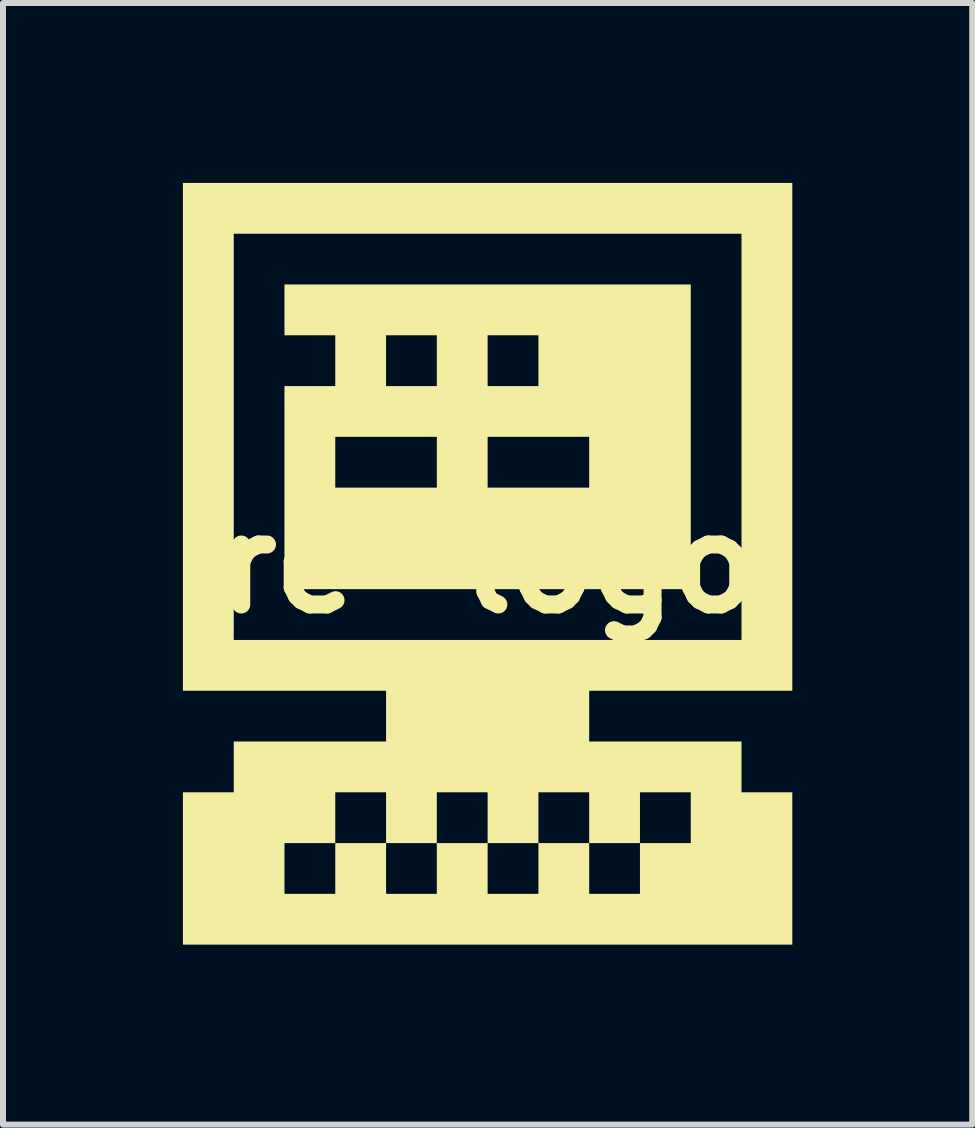
<source format=kicad_pcb>
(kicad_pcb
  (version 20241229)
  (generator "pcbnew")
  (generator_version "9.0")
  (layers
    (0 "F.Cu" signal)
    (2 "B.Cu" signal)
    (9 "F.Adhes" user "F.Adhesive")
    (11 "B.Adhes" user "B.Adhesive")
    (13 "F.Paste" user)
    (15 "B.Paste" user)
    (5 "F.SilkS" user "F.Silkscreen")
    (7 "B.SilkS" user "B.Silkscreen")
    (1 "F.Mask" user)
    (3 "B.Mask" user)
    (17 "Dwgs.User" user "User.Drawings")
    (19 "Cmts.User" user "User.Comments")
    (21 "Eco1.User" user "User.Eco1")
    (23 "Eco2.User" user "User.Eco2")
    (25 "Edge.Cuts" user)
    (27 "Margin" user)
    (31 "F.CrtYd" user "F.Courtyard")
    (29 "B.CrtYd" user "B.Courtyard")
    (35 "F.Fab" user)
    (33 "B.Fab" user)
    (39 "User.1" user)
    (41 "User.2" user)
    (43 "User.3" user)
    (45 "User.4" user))
  (footprint "rc-logo"
    (layer "F.Cu")
    (at 5.08 6.35)
    (property "Reference" "rc-logo" (at 0 0 0) (layer "F.SilkS") (effects (font (size 1.5 1.5) (thickness 0.3))))
    (attr board_only exclude_from_pos_files exclude_from_bom)
    (fp_poly (pts (xy 3.387 -2.117) (xy 3.387 0.423) (xy 0 0.423) (xy -3.387 0.423) (xy -3.387 -1.27) (xy -3.387 -1.693) (xy -2.54 -1.693) (xy -2.54 -1.27) (xy -1.693 -1.27) (xy -0.847 -1.27) (xy -0.847 -1.693) (xy 0 -1.693) (xy 0 -1.27) (xy 0.847 -1.27) (xy 1.693 -1.27) (xy 1.693 -1.693) (xy 1.693 -2.117) (xy 0.847 -2.117) (xy 0 -2.117) (xy 0 -1.693) (xy -0.847 -1.693) (xy -0.847 -2.117) (xy -1.693 -2.117) (xy -2.54 -2.117) (xy -2.54 -1.693) (xy -3.387 -1.693) (xy -3.387 -2.963) (xy -2.963 -2.963) (xy -2.54 -2.963) (xy -2.54 -3.387) (xy -1.693 -3.387) (xy -1.693 -2.963) (xy -1.27 -2.963) (xy -0.847 -2.963) (xy -0.847 -3.387) (xy 0 -3.387) (xy 0 -2.963) (xy 0.423 -2.963) (xy 0.847 -2.963) (xy 0.847 -3.387) (xy 0.847 -3.81) (xy 0.423 -3.81) (xy 0 -3.81) (xy 0 -3.387) (xy -0.847 -3.387) (xy -0.847 -3.81) (xy -1.27 -3.81) (xy -1.693 -3.81) (xy -1.693 -3.387) (xy -2.54 -3.387) (xy -2.54 -3.81) (xy -2.963 -3.81) (xy -3.387 -3.81) (xy -3.387 -4.233) (xy -3.387 -4.657) (xy 0 -4.657) (xy 3.387 -4.657)) (stroke (width 0) (type solid)) (fill yes) (layer "F.SilkS"))
    (fp_poly (pts (xy 5.08 -2.117) (xy 5.08 2.117) (xy 3.387 2.117) (xy 1.693 2.117) (xy 1.693 2.54) (xy 1.693 2.963) (xy 2.963 2.963) (xy 4.233 2.963) (xy 4.233 3.387) (xy 4.233 3.81) (xy 4.657 3.81) (xy 5.08 3.81) (xy 5.08 5.08) (xy 5.08 6.35) (xy 0 6.35) (xy -5.08 6.35) (xy -5.08 5.08) (xy -5.08 4.657) (xy -3.387 4.657) (xy -3.387 5.08) (xy -3.387 5.503) (xy -2.963 5.503) (xy -2.54 5.503) (xy -2.54 5.08) (xy -2.54 4.657) (xy -2.117 4.657) (xy -1.693 4.657) (xy -1.693 5.08) (xy -1.693 5.503) (xy -1.27 5.503) (xy -0.847 5.503) (xy -0.847 5.08) (xy -0.847 4.657) (xy -0.423 4.657) (xy 0 4.657) (xy 0 5.08) (xy 0 5.503) (xy 0.423 5.503) (xy 0.847 5.503) (xy 0.847 5.08) (xy 0.847 4.657) (xy 1.27 4.657) (xy 1.693 4.657) (xy 1.693 5.08) (xy 1.693 5.503) (xy 2.117 5.503) (xy 2.54 5.503) (xy 2.54 5.08) (xy 2.54 4.657) (xy 2.963 4.657) (xy 3.387 4.657) (xy 3.387 4.233) (xy 3.387 3.81) (xy 2.963 3.81) (xy 2.54 3.81) (xy 2.54 4.233) (xy 2.54 4.657) (xy 2.117 4.657) (xy 1.693 4.657) (xy 1.693 4.233) (xy 1.693 3.81) (xy 1.27 3.81) (xy 0.847 3.81) (xy 0.847 4.233) (xy 0.847 4.657) (xy 0.423 4.657) (xy 0 4.657) (xy 0 4.233) (xy 0 3.81) (xy -0.423 3.81) (xy -0.847 3.81) (xy -0.847 4.233) (xy -0.847 4.657) (xy -1.27 4.657) (xy -1.693 4.657) (xy -1.693 4.233) (xy -1.693 3.81) (xy -2.117 3.81) (xy -2.54 3.81) (xy -2.54 4.233) (xy -2.54 4.657) (xy -2.963 4.657) (xy -3.387 4.657) (xy -5.08 4.657) (xy -5.08 3.81) (xy -4.657 3.81) (xy -4.233 3.81) (xy -4.233 3.387) (xy -4.233 2.963) (xy -2.963 2.963) (xy -1.693 2.963) (xy -1.693 2.54) (xy -1.693 2.117) (xy -3.387 2.117) (xy -5.08 2.117) (xy -5.08 -2.117) (xy -4.233 -2.117) (xy -4.233 1.27) (xy 0 1.27) (xy 4.233 1.27) (xy 4.233 -2.117) (xy 4.233 -5.503) (xy 0 -5.503) (xy -4.233 -5.503) (xy -4.233 -2.117) (xy -5.08 -2.117) (xy -5.08 -6.35) (xy 0 -6.35) (xy 5.08 -6.35)) (stroke (width 0) (type solid)) (fill yes) (layer "F.SilkS")))
  (gr_rect
    (start -3 -3)
    (end 13.16 15.7)
    (stroke (width 0.1) (type default))
    (fill no)
    (layer "Edge.Cuts")))
</source>
